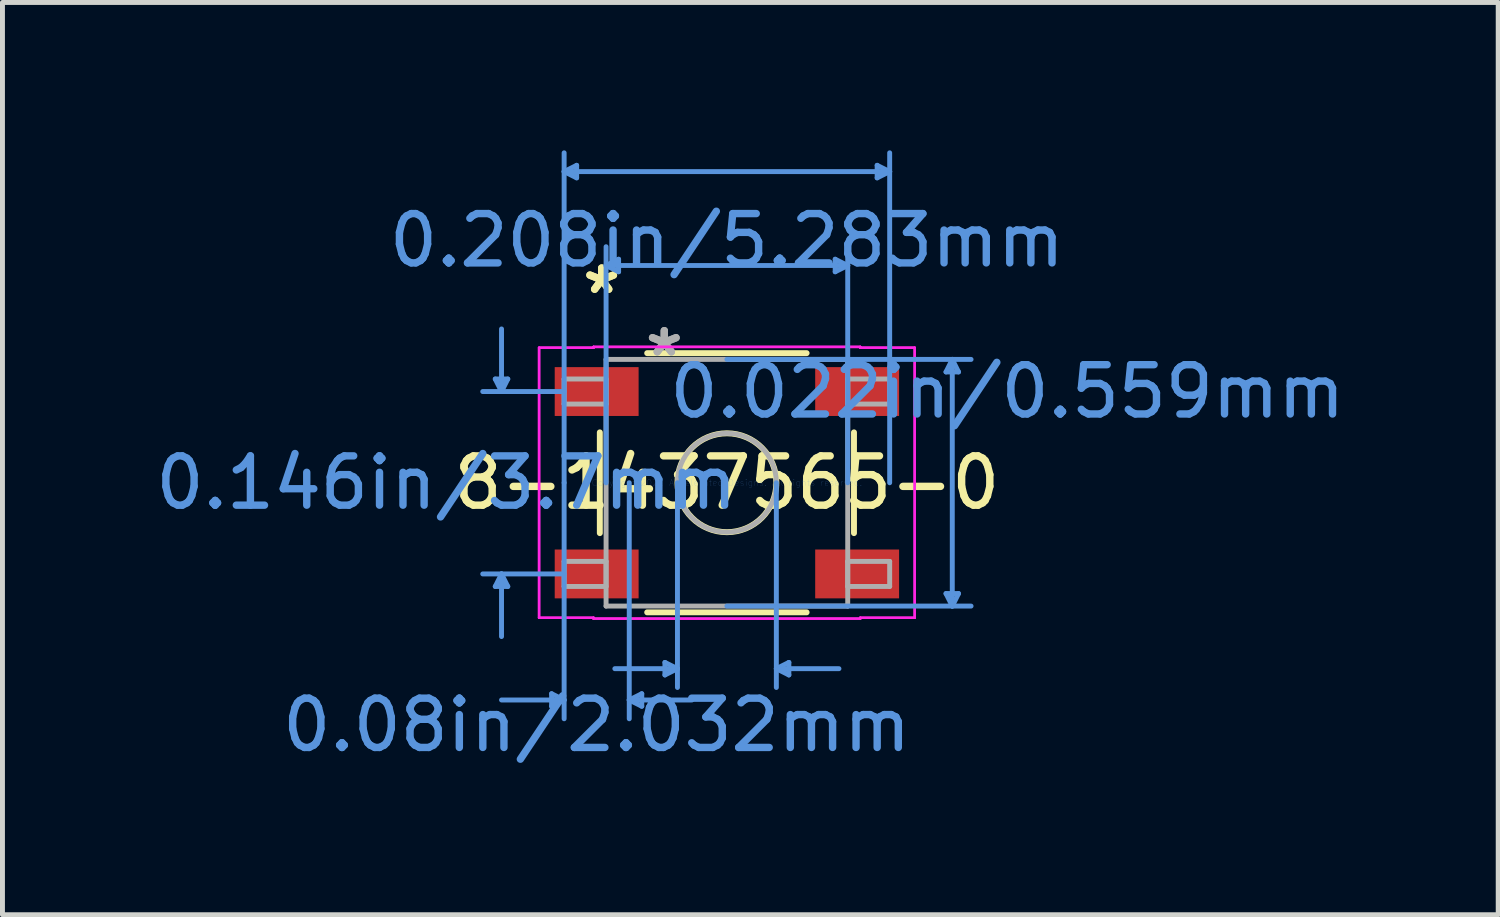
<source format=kicad_pcb>
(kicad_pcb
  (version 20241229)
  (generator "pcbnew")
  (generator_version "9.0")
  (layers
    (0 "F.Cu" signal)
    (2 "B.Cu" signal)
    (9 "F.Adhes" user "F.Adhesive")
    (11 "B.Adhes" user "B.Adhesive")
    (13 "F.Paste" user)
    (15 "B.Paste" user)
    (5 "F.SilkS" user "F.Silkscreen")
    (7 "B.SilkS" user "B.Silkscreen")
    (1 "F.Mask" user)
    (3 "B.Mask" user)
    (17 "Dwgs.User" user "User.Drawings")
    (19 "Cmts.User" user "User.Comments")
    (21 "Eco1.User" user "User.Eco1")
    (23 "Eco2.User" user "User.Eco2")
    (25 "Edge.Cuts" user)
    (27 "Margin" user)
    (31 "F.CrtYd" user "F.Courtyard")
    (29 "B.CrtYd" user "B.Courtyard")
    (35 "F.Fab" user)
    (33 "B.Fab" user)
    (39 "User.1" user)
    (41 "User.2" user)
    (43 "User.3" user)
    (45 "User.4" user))
  (footprint "8-1437565-0"
    (layer "F.Cu")
    (at 11.696 6.743)
    (property "Reference" "8-1437565-0" (at 0 0 0) (layer "F.SilkS") (effects (font (size 1 1) (thickness 0.15))))
    (attr through_hole)
    (fp_line (start -2.578 -1.022) (end -2.578 1.022) (stroke (width 0.12) (type solid)) (layer "F.SilkS"))
    (fp_line (start -1.617 2.629) (end 1.617 2.629) (stroke (width 0.12) (type solid)) (layer "F.SilkS"))
    (fp_line (start 1.617 -2.629) (end -1.617 -2.629) (stroke (width 0.12) (type solid)) (layer "F.SilkS"))
    (fp_line (start 2.578 1.022) (end 2.578 -1.022) (stroke (width 0.12) (type solid)) (layer "F.SilkS"))
    (fp_circle (center 0 0) (end 1.003 0) (stroke (width 0.12) (type solid)) (fill no) (layer "F.SilkS"))
    (fp_line (start -4.699 -2.104) (end -4.445 -2.104) (stroke (width 0.1) (type solid)) (layer "Cmts.User"))
    (fp_line (start -4.699 2.104) (end -4.445 2.104) (stroke (width 0.1) (type solid)) (layer "Cmts.User"))
    (fp_line (start -4.572 -1.85) (end -4.699 -2.104) (stroke (width 0.1) (type solid)) (layer "Cmts.User"))
    (fp_line (start -4.572 -1.85) (end -4.572 -3.12) (stroke (width 0.1) (type solid)) (layer "Cmts.User"))
    (fp_line (start -4.572 -1.85) (end -4.445 -2.104) (stroke (width 0.1) (type solid)) (layer "Cmts.User"))
    (fp_line (start -4.572 1.85) (end -4.699 2.104) (stroke (width 0.1) (type solid)) (layer "Cmts.User"))
    (fp_line (start -4.572 1.85) (end -4.572 3.12) (stroke (width 0.1) (type solid)) (layer "Cmts.User"))
    (fp_line (start -4.572 1.85) (end -4.445 2.104) (stroke (width 0.1) (type solid)) (layer "Cmts.User"))
    (fp_line (start -3.556 4.28) (end -3.556 4.534) (stroke (width 0.1) (type solid)) (layer "Cmts.User"))
    (fp_line (start -3.302 -6.312) (end -3.048 -6.439) (stroke (width 0.1) (type solid)) (layer "Cmts.User"))
    (fp_line (start -3.302 -6.312) (end -3.048 -6.185) (stroke (width 0.1) (type solid)) (layer "Cmts.User"))
    (fp_line (start -3.302 -6.312) (end 3.302 -6.312) (stroke (width 0.1) (type solid)) (layer "Cmts.User"))
    (fp_line (start -3.302 -1.85) (end -4.953 -1.85) (stroke (width 0.1) (type solid)) (layer "Cmts.User"))
    (fp_line (start -3.302 0) (end -3.302 -6.693) (stroke (width 0.1) (type solid)) (layer "Cmts.User"))
    (fp_line (start -3.302 0) (end -3.302 4.788) (stroke (width 0.1) (type solid)) (layer "Cmts.User"))
    (fp_line (start -3.302 1.85) (end -4.953 1.85) (stroke (width 0.1) (type solid)) (layer "Cmts.User"))
    (fp_line (start -3.302 4.407) (end -4.572 4.407) (stroke (width 0.1) (type solid)) (layer "Cmts.User"))
    (fp_line (start -3.302 4.407) (end -3.556 4.28) (stroke (width 0.1) (type solid)) (layer "Cmts.User"))
    (fp_line (start -3.302 4.407) (end -3.556 4.534) (stroke (width 0.1) (type solid)) (layer "Cmts.User"))
    (fp_line (start -3.048 -6.439) (end -3.048 -6.185) (stroke (width 0.1) (type solid)) (layer "Cmts.User"))
    (fp_line (start -2.451 -4.407) (end -2.197 -4.534) (stroke (width 0.1) (type solid)) (layer "Cmts.User"))
    (fp_line (start -2.451 -4.407) (end -2.197 -4.28) (stroke (width 0.1) (type solid)) (layer "Cmts.User"))
    (fp_line (start -2.451 -4.407) (end 2.451 -4.407) (stroke (width 0.1) (type solid)) (layer "Cmts.User"))
    (fp_line (start -2.451 0) (end -2.451 -4.788) (stroke (width 0.1) (type solid)) (layer "Cmts.User"))
    (fp_line (start -2.197 -4.534) (end -2.197 -4.28) (stroke (width 0.1) (type solid)) (layer "Cmts.User"))
    (fp_line (start -1.981 0) (end -1.981 4.788) (stroke (width 0.1) (type solid)) (layer "Cmts.User"))
    (fp_line (start -1.981 4.407) (end -1.727 4.28) (stroke (width 0.1) (type solid)) (layer "Cmts.User"))
    (fp_line (start -1.981 4.407) (end -1.727 4.534) (stroke (width 0.1) (type solid)) (layer "Cmts.User"))
    (fp_line (start -1.981 4.407) (end -0.711 4.407) (stroke (width 0.1) (type solid)) (layer "Cmts.User"))
    (fp_line (start -1.727 4.28) (end -1.727 4.534) (stroke (width 0.1) (type solid)) (layer "Cmts.User"))
    (fp_line (start -1.257 3.645) (end -1.257 3.899) (stroke (width 0.1) (type solid)) (layer "Cmts.User"))
    (fp_line (start -1.003 0) (end -1.003 4.153) (stroke (width 0.1) (type solid)) (layer "Cmts.User"))
    (fp_line (start -1.003 3.772) (end -2.273 3.772) (stroke (width 0.1) (type solid)) (layer "Cmts.User"))
    (fp_line (start -1.003 3.772) (end -1.257 3.645) (stroke (width 0.1) (type solid)) (layer "Cmts.User"))
    (fp_line (start -1.003 3.772) (end -1.257 3.899) (stroke (width 0.1) (type solid)) (layer "Cmts.User"))
    (fp_line (start 0 -2.502) (end 4.953 -2.502) (stroke (width 0.1) (type solid)) (layer "Cmts.User"))
    (fp_line (start 0 2.502) (end 4.953 2.502) (stroke (width 0.1) (type solid)) (layer "Cmts.User"))
    (fp_line (start 1.003 0) (end 1.003 4.153) (stroke (width 0.1) (type solid)) (layer "Cmts.User"))
    (fp_line (start 1.003 3.772) (end 1.257 3.645) (stroke (width 0.1) (type solid)) (layer "Cmts.User"))
    (fp_line (start 1.003 3.772) (end 1.257 3.899) (stroke (width 0.1) (type solid)) (layer "Cmts.User"))
    (fp_line (start 1.003 3.772) (end 2.273 3.772) (stroke (width 0.1) (type solid)) (layer "Cmts.User"))
    (fp_line (start 1.257 3.645) (end 1.257 3.899) (stroke (width 0.1) (type solid)) (layer "Cmts.User"))
    (fp_line (start 2.197 -4.534) (end 2.197 -4.28) (stroke (width 0.1) (type solid)) (layer "Cmts.User"))
    (fp_line (start 2.451 -4.407) (end 2.197 -4.534) (stroke (width 0.1) (type solid)) (layer "Cmts.User"))
    (fp_line (start 2.451 -4.407) (end 2.197 -4.28) (stroke (width 0.1) (type solid)) (layer "Cmts.User"))
    (fp_line (start 2.451 0) (end 2.451 -4.788) (stroke (width 0.1) (type solid)) (layer "Cmts.User"))
    (fp_line (start 3.048 -6.439) (end 3.048 -6.185) (stroke (width 0.1) (type solid)) (layer "Cmts.User"))
    (fp_line (start 3.302 -6.312) (end 3.048 -6.439) (stroke (width 0.1) (type solid)) (layer "Cmts.User"))
    (fp_line (start 3.302 -6.312) (end 3.048 -6.185) (stroke (width 0.1) (type solid)) (layer "Cmts.User"))
    (fp_line (start 3.302 0) (end 3.302 -6.693) (stroke (width 0.1) (type solid)) (layer "Cmts.User"))
    (fp_line (start 4.445 -2.248) (end 4.699 -2.248) (stroke (width 0.1) (type solid)) (layer "Cmts.User"))
    (fp_line (start 4.445 2.248) (end 4.699 2.248) (stroke (width 0.1) (type solid)) (layer "Cmts.User"))
    (fp_line (start 4.572 -2.502) (end 4.445 -2.248) (stroke (width 0.1) (type solid)) (layer "Cmts.User"))
    (fp_line (start 4.572 -2.502) (end 4.572 2.502) (stroke (width 0.1) (type solid)) (layer "Cmts.User"))
    (fp_line (start 4.572 -2.502) (end 4.699 -2.248) (stroke (width 0.1) (type solid)) (layer "Cmts.User"))
    (fp_line (start 4.572 2.502) (end 4.445 2.248) (stroke (width 0.1) (type solid)) (layer "Cmts.User"))
    (fp_line (start 4.572 2.502) (end 4.699 2.248) (stroke (width 0.1) (type solid)) (layer "Cmts.User"))
    (fp_line (start -3.81 -2.739) (end -2.705 -2.739) (stroke (width 0.05) (type solid)) (layer "F.CrtYd"))
    (fp_line (start -3.81 -2.739) (end -2.705 -2.739) (stroke (width 0.05) (type solid)) (layer "F.CrtYd"))
    (fp_line (start -3.81 2.739) (end -3.81 -2.739) (stroke (width 0.05) (type solid)) (layer "F.CrtYd"))
    (fp_line (start -3.81 2.739) (end -3.81 -2.739) (stroke (width 0.05) (type solid)) (layer "F.CrtYd"))
    (fp_line (start -2.705 -2.756) (end 2.705 -2.756) (stroke (width 0.05) (type solid)) (layer "F.CrtYd"))
    (fp_line (start -2.705 -2.756) (end 2.705 -2.756) (stroke (width 0.05) (type solid)) (layer "F.CrtYd"))
    (fp_line (start -2.705 -2.739) (end -2.705 -2.756) (stroke (width 0.05) (type solid)) (layer "F.CrtYd"))
    (fp_line (start -2.705 -2.739) (end -2.705 -2.756) (stroke (width 0.05) (type solid)) (layer "F.CrtYd"))
    (fp_line (start -2.705 2.739) (end -3.81 2.739) (stroke (width 0.05) (type solid)) (layer "F.CrtYd"))
    (fp_line (start -2.705 2.739) (end -3.81 2.739) (stroke (width 0.05) (type solid)) (layer "F.CrtYd"))
    (fp_line (start -2.705 2.756) (end -2.705 2.739) (stroke (width 0.05) (type solid)) (layer "F.CrtYd"))
    (fp_line (start -2.705 2.756) (end -2.705 2.739) (stroke (width 0.05) (type solid)) (layer "F.CrtYd"))
    (fp_line (start 2.705 -2.756) (end 2.705 -2.739) (stroke (width 0.05) (type solid)) (layer "F.CrtYd"))
    (fp_line (start 2.705 -2.756) (end 2.705 -2.739) (stroke (width 0.05) (type solid)) (layer "F.CrtYd"))
    (fp_line (start 2.705 -2.739) (end 3.81 -2.739) (stroke (width 0.05) (type solid)) (layer "F.CrtYd"))
    (fp_line (start 2.705 -2.739) (end 3.81 -2.739) (stroke (width 0.05) (type solid)) (layer "F.CrtYd"))
    (fp_line (start 2.705 2.739) (end 2.705 2.756) (stroke (width 0.05) (type solid)) (layer "F.CrtYd"))
    (fp_line (start 2.705 2.739) (end 2.705 2.756) (stroke (width 0.05) (type solid)) (layer "F.CrtYd"))
    (fp_line (start 2.705 2.756) (end -2.705 2.756) (stroke (width 0.05) (type solid)) (layer "F.CrtYd"))
    (fp_line (start 2.705 2.756) (end -2.705 2.756) (stroke (width 0.05) (type solid)) (layer "F.CrtYd"))
    (fp_line (start 3.81 -2.739) (end 3.81 2.739) (stroke (width 0.05) (type solid)) (layer "F.CrtYd"))
    (fp_line (start 3.81 -2.739) (end 3.81 2.739) (stroke (width 0.05) (type solid)) (layer "F.CrtYd"))
    (fp_line (start 3.81 2.739) (end 2.705 2.739) (stroke (width 0.05) (type solid)) (layer "F.CrtYd"))
    (fp_line (start 3.81 2.739) (end 2.705 2.739) (stroke (width 0.05) (type solid)) (layer "F.CrtYd"))
    (fp_line (start -3.302 -2.104) (end -3.302 -1.596) (stroke (width 0.1) (type solid)) (layer "F.Fab"))
    (fp_line (start -3.302 -1.596) (end -2.451 -1.596) (stroke (width 0.1) (type solid)) (layer "F.Fab"))
    (fp_line (start -3.302 1.596) (end -3.302 2.104) (stroke (width 0.1) (type solid)) (layer "F.Fab"))
    (fp_line (start -3.302 2.104) (end -2.451 2.104) (stroke (width 0.1) (type solid)) (layer "F.Fab"))
    (fp_line (start -2.451 -2.502) (end -2.451 2.502) (stroke (width 0.1) (type solid)) (layer "F.Fab"))
    (fp_line (start -2.451 -2.104) (end -3.302 -2.104) (stroke (width 0.1) (type solid)) (layer "F.Fab"))
    (fp_line (start -2.451 -1.596) (end -2.451 -2.104) (stroke (width 0.1) (type solid)) (layer "F.Fab"))
    (fp_line (start -2.451 1.596) (end -3.302 1.596) (stroke (width 0.1) (type solid)) (layer "F.Fab"))
    (fp_line (start -2.451 2.104) (end -2.451 1.596) (stroke (width 0.1) (type solid)) (layer "F.Fab"))
    (fp_line (start -2.451 2.502) (end 2.451 2.502) (stroke (width 0.1) (type solid)) (layer "F.Fab"))
    (fp_line (start 2.451 -2.502) (end -2.451 -2.502) (stroke (width 0.1) (type solid)) (layer "F.Fab"))
    (fp_line (start 2.451 -2.104) (end 2.451 -1.596) (stroke (width 0.1) (type solid)) (layer "F.Fab"))
    (fp_line (start 2.451 -1.596) (end 3.302 -1.596) (stroke (width 0.1) (type solid)) (layer "F.Fab"))
    (fp_line (start 2.451 1.596) (end 2.451 2.104) (stroke (width 0.1) (type solid)) (layer "F.Fab"))
    (fp_line (start 2.451 2.104) (end 3.302 2.104) (stroke (width 0.1) (type solid)) (layer "F.Fab"))
    (fp_line (start 2.451 2.502) (end 2.451 -2.502) (stroke (width 0.1) (type solid)) (layer "F.Fab"))
    (fp_line (start 3.302 -2.104) (end 2.451 -2.104) (stroke (width 0.1) (type solid)) (layer "F.Fab"))
    (fp_line (start 3.302 -1.596) (end 3.302 -2.104) (stroke (width 0.1) (type solid)) (layer "F.Fab"))
    (fp_line (start 3.302 1.596) (end 2.451 1.596) (stroke (width 0.1) (type solid)) (layer "F.Fab"))
    (fp_line (start 3.302 2.104) (end 3.302 1.596) (stroke (width 0.1) (type solid)) (layer "F.Fab"))
    (fp_circle (center 0 0) (end 1.003 0) (stroke (width 0.1) (type solid)) (fill no) (layer "F.Fab"))
    (fp_text user "*" (at -2.54 -3.81 0) (layer "F.SilkS") (effects (font (size 1 1) (thickness 0.15))))
    (fp_text user "*" (at -2.54 -3.81 0) (layer "F.SilkS") (effects (font (size 1 1) (thickness 0.15))))
    (fp_text user "0.022in/0.559mm" (at 5.69 -1.85 0) (layer "Cmts.User") (effects (font (size 1 1) (thickness 0.15))))
    (fp_text user "0.146in/3.7mm" (at -5.69 0 0) (layer "Cmts.User") (effects (font (size 1 1) (thickness 0.15))))
    (fp_text user "0.208in/5.283mm" (at 0 -4.915 0) (layer "Cmts.User") (effects (font (size 1 1) (thickness 0.15))))
    (fp_text user "Copyright 2021 Accelerated Designs. All rights reserved." (at 0 0 0) (layer "Cmts.User") (effects (font (size 0.127 0.127) (thickness 0.002))))
    (fp_text user "0.08in/2.032mm" (at -2.642 4.915 0) (layer "Cmts.User") (effects (font (size 1 1) (thickness 0.15))))
    (fp_text user "*" (at -1.27 -2.54 0) (layer "F.Fab") (effects (font (size 1 1) (thickness 0.15))))
    (fp_text user "*" (at -1.27 -2.54 0) (layer "F.Fab") (effects (font (size 1 1) (thickness 0.15))))
    (pad "1" smd rect (at -2.642 -1.85) (size 1.702 0.991) (layers "F.Cu" "F.Mask" "F.Paste"))
    (pad "2" smd rect (at 2.642 -1.85) (size 1.702 0.991) (layers "F.Cu" "F.Mask" "F.Paste"))
    (pad "3" smd rect (at -2.642 1.85) (size 1.702 0.991) (layers "F.Cu" "F.Mask" "F.Paste"))
    (pad "4" smd rect (at 2.642 1.85) (size 1.702 0.991) (layers "F.Cu" "F.Mask" "F.Paste")))
  (gr_rect
    (start -3 -3)
    (end 27.343 15.506)
    (stroke (width 0.1) (type default))
    (fill no)
    (layer "Edge.Cuts")))
</source>
